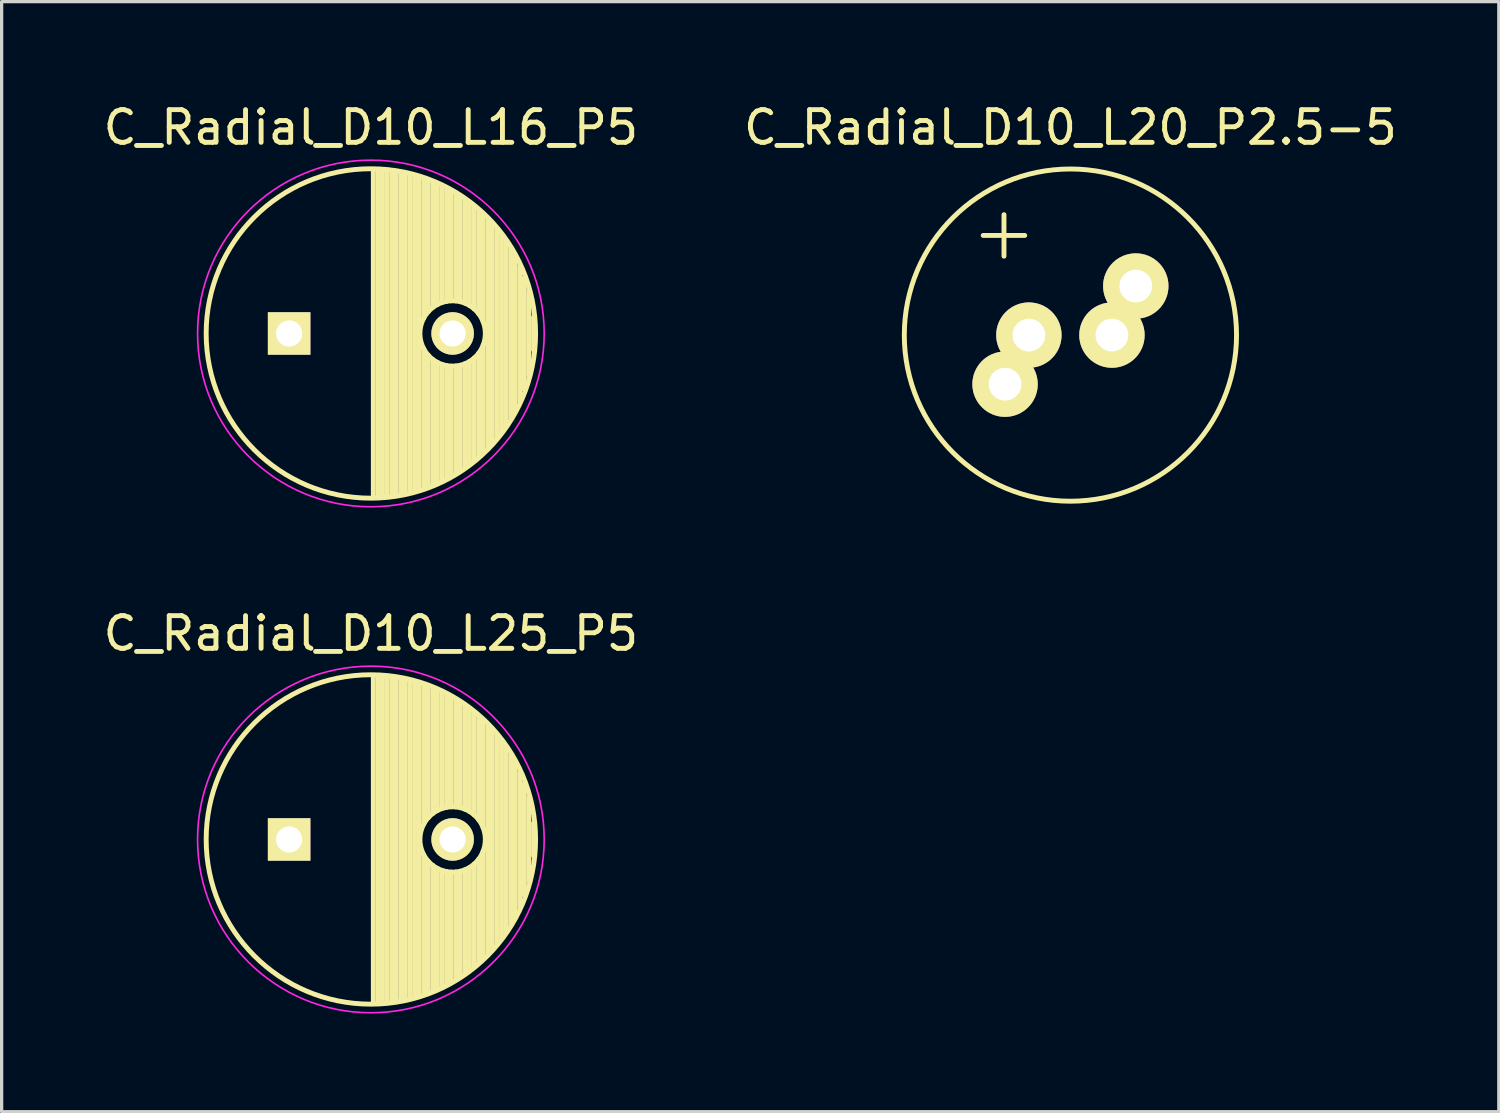
<source format=kicad_pcb>
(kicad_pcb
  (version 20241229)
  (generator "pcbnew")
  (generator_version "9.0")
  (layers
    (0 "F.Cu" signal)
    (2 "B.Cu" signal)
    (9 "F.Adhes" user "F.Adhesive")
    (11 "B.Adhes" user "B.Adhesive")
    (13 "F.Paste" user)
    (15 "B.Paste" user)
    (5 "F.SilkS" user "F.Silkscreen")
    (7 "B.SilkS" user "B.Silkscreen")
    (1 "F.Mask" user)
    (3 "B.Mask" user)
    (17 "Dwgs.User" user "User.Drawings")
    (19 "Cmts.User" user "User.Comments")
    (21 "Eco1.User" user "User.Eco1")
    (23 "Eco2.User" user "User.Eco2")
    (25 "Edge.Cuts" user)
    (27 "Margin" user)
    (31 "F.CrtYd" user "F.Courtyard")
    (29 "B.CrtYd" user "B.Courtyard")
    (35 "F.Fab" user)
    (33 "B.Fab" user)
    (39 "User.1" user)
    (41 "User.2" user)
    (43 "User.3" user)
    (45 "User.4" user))
  (footprint "C_Radial_D10_L25_P5"
    (layer "F.Cu")
    (at 5.792 22.622)
    (property "Reference" "C_Radial_D10_L25_P5" (at 2.5 -6.3 0) (layer "F.SilkS") (effects (font (size 1 1) (thickness 0.15))))
    (attr through_hole)
    (fp_line (start 2.575 -4.999) (end 2.575 4.999) (stroke (width 0.15) (type solid)) (layer "F.SilkS"))
    (fp_line (start 2.715 -4.995) (end 2.715 4.995) (stroke (width 0.15) (type solid)) (layer "F.SilkS"))
    (fp_line (start 2.855 -4.987) (end 2.855 4.987) (stroke (width 0.15) (type solid)) (layer "F.SilkS"))
    (fp_line (start 2.995 -4.975) (end 2.995 4.975) (stroke (width 0.15) (type solid)) (layer "F.SilkS"))
    (fp_line (start 3.135 -4.96) (end 3.135 4.96) (stroke (width 0.15) (type solid)) (layer "F.SilkS"))
    (fp_line (start 3.275 -4.94) (end 3.275 4.94) (stroke (width 0.15) (type solid)) (layer "F.SilkS"))
    (fp_line (start 3.415 -4.916) (end 3.415 4.916) (stroke (width 0.15) (type solid)) (layer "F.SilkS"))
    (fp_line (start 3.555 -4.887) (end 3.555 4.887) (stroke (width 0.15) (type solid)) (layer "F.SilkS"))
    (fp_line (start 3.695 -4.855) (end 3.695 4.855) (stroke (width 0.15) (type solid)) (layer "F.SilkS"))
    (fp_line (start 3.835 -4.818) (end 3.835 4.818) (stroke (width 0.15) (type solid)) (layer "F.SilkS"))
    (fp_line (start 3.975 -4.777) (end 3.975 4.777) (stroke (width 0.15) (type solid)) (layer "F.SilkS"))
    (fp_line (start 4.115 -4.732) (end 4.115 -0.466) (stroke (width 0.15) (type solid)) (layer "F.SilkS"))
    (fp_line (start 4.115 0.466) (end 4.115 4.732) (stroke (width 0.15) (type solid)) (layer "F.SilkS"))
    (fp_line (start 4.255 -4.682) (end 4.255 -0.667) (stroke (width 0.15) (type solid)) (layer "F.SilkS"))
    (fp_line (start 4.255 0.667) (end 4.255 4.682) (stroke (width 0.15) (type solid)) (layer "F.SilkS"))
    (fp_line (start 4.395 -4.627) (end 4.395 -0.796) (stroke (width 0.15) (type solid)) (layer "F.SilkS"))
    (fp_line (start 4.395 0.796) (end 4.395 4.627) (stroke (width 0.15) (type solid)) (layer "F.SilkS"))
    (fp_line (start 4.535 -4.567) (end 4.535 -0.885) (stroke (width 0.15) (type solid)) (layer "F.SilkS"))
    (fp_line (start 4.535 0.885) (end 4.535 4.567) (stroke (width 0.15) (type solid)) (layer "F.SilkS"))
    (fp_line (start 4.675 -4.502) (end 4.675 -0.946) (stroke (width 0.15) (type solid)) (layer "F.SilkS"))
    (fp_line (start 4.675 0.946) (end 4.675 4.502) (stroke (width 0.15) (type solid)) (layer "F.SilkS"))
    (fp_line (start 4.815 -4.432) (end 4.815 -0.983) (stroke (width 0.15) (type solid)) (layer "F.SilkS"))
    (fp_line (start 4.815 0.983) (end 4.815 4.432) (stroke (width 0.15) (type solid)) (layer "F.SilkS"))
    (fp_line (start 4.955 -4.356) (end 4.955 -0.999) (stroke (width 0.15) (type solid)) (layer "F.SilkS"))
    (fp_line (start 4.955 0.999) (end 4.955 4.356) (stroke (width 0.15) (type solid)) (layer "F.SilkS"))
    (fp_line (start 5.095 -4.274) (end 5.095 -0.995) (stroke (width 0.15) (type solid)) (layer "F.SilkS"))
    (fp_line (start 5.095 0.995) (end 5.095 4.274) (stroke (width 0.15) (type solid)) (layer "F.SilkS"))
    (fp_line (start 5.235 -4.186) (end 5.235 -0.972) (stroke (width 0.15) (type solid)) (layer "F.SilkS"))
    (fp_line (start 5.235 0.972) (end 5.235 4.186) (stroke (width 0.15) (type solid)) (layer "F.SilkS"))
    (fp_line (start 5.375 -4.091) (end 5.375 -0.927) (stroke (width 0.15) (type solid)) (layer "F.SilkS"))
    (fp_line (start 5.375 0.927) (end 5.375 4.091) (stroke (width 0.15) (type solid)) (layer "F.SilkS"))
    (fp_line (start 5.515 -3.989) (end 5.515 -0.857) (stroke (width 0.15) (type solid)) (layer "F.SilkS"))
    (fp_line (start 5.515 0.857) (end 5.515 3.989) (stroke (width 0.15) (type solid)) (layer "F.SilkS"))
    (fp_line (start 5.655 -3.879) (end 5.655 -0.756) (stroke (width 0.15) (type solid)) (layer "F.SilkS"))
    (fp_line (start 5.655 0.756) (end 5.655 3.879) (stroke (width 0.15) (type solid)) (layer "F.SilkS"))
    (fp_line (start 5.795 -3.761) (end 5.795 -0.607) (stroke (width 0.15) (type solid)) (layer "F.SilkS"))
    (fp_line (start 5.795 0.607) (end 5.795 3.761) (stroke (width 0.15) (type solid)) (layer "F.SilkS"))
    (fp_line (start 5.935 -3.633) (end 5.935 -0.355) (stroke (width 0.15) (type solid)) (layer "F.SilkS"))
    (fp_line (start 5.935 0.355) (end 5.935 3.633) (stroke (width 0.15) (type solid)) (layer "F.SilkS"))
    (fp_line (start 6.075 -3.496) (end 6.075 3.496) (stroke (width 0.15) (type solid)) (layer "F.SilkS"))
    (fp_line (start 6.215 -3.346) (end 6.215 3.346) (stroke (width 0.15) (type solid)) (layer "F.SilkS"))
    (fp_line (start 6.355 -3.184) (end 6.355 3.184) (stroke (width 0.15) (type solid)) (layer "F.SilkS"))
    (fp_line (start 6.495 -3.007) (end 6.495 3.007) (stroke (width 0.15) (type solid)) (layer "F.SilkS"))
    (fp_line (start 6.635 -2.811) (end 6.635 2.811) (stroke (width 0.15) (type solid)) (layer "F.SilkS"))
    (fp_line (start 6.775 -2.593) (end 6.775 2.593) (stroke (width 0.15) (type solid)) (layer "F.SilkS"))
    (fp_line (start 6.915 -2.347) (end 6.915 2.347) (stroke (width 0.15) (type solid)) (layer "F.SilkS"))
    (fp_line (start 7.055 -2.062) (end 7.055 2.062) (stroke (width 0.15) (type solid)) (layer "F.SilkS"))
    (fp_line (start 7.195 -1.72) (end 7.195 1.72) (stroke (width 0.15) (type solid)) (layer "F.SilkS"))
    (fp_line (start 7.335 -1.274) (end 7.335 1.274) (stroke (width 0.15) (type solid)) (layer "F.SilkS"))
    (fp_line (start 7.475 -0.499) (end 7.475 0.499) (stroke (width 0.15) (type solid)) (layer "F.SilkS"))
    (fp_circle (center 2.5 0) (end 2.5 -5.037) (stroke (width 0.15) (type solid)) (fill no) (layer "F.SilkS"))
    (fp_circle (center 5 0) (end 5 -1) (stroke (width 0.15) (type solid)) (fill no) (layer "F.SilkS"))
    (fp_circle (center 2.5 0) (end 2.5 -5.3) (stroke (width 0.05) (type solid)) (fill no) (layer "F.CrtYd"))
    (pad "1" thru_hole rect (at 0 0) (size 1.3 1.3) (drill 0.8) (layers "*.Cu" "*.Mask" "F.SilkS"))
    (pad "2" thru_hole circle (at 5 0) (size 1.3 1.3) (drill 0.8) (layers "*.Cu" "*.Mask" "F.SilkS")))
  (footprint "C_Radial_D10_L20_P2.5-5"
    (layer "F.Cu")
    (at 29.685 7.198)
    (property "Reference" "C_Radial_D10_L20_P2.5-5" (at 0 -6.35 0) (layer "F.SilkS") (effects (font (size 1 1) (thickness 0.15))))
    (attr through_hole)
    (fp_line (start -2.667 -3.048) (end -1.397 -3.048) (stroke (width 0.15) (type solid)) (layer "F.SilkS"))
    (fp_line (start -2.032 -3.683) (end -2.032 -2.413) (stroke (width 0.15) (type solid)) (layer "F.SilkS"))
    (fp_circle (center 0 0) (end 5.08 0) (stroke (width 0.15) (type solid)) (fill no) (layer "F.SilkS"))
    (pad "1" thru_hole circle (at -1.999 1.501) (size 1.999 1.999) (drill 1.001) (layers "*.Cu" "*.Mask" "F.SilkS"))
    (pad "1" thru_hole circle (at -1.27 0) (size 1.999 1.999) (drill 1.001) (layers "*.Cu" "*.Mask" "F.SilkS"))
    (pad "2" thru_hole circle (at 1.27 0) (size 1.999 1.999) (drill 1.001) (layers "*.Cu" "*.Mask" "F.SilkS"))
    (pad "2" thru_hole circle (at 1.999 -1.501) (size 1.999 1.999) (drill 1.001) (layers "*.Cu" "*.Mask" "F.SilkS")))
  (footprint "C_Radial_D10_L16_P5"
    (layer "F.Cu")
    (at 5.792 7.148)
    (property "Reference" "C_Radial_D10_L16_P5" (at 2.5 -6.3 0) (layer "F.SilkS") (effects (font (size 1 1) (thickness 0.15))))
    (attr through_hole)
    (fp_line (start 2.575 -4.999) (end 2.575 4.999) (stroke (width 0.15) (type solid)) (layer "F.SilkS"))
    (fp_line (start 2.715 -4.995) (end 2.715 4.995) (stroke (width 0.15) (type solid)) (layer "F.SilkS"))
    (fp_line (start 2.855 -4.987) (end 2.855 4.987) (stroke (width 0.15) (type solid)) (layer "F.SilkS"))
    (fp_line (start 2.995 -4.975) (end 2.995 4.975) (stroke (width 0.15) (type solid)) (layer "F.SilkS"))
    (fp_line (start 3.135 -4.96) (end 3.135 4.96) (stroke (width 0.15) (type solid)) (layer "F.SilkS"))
    (fp_line (start 3.275 -4.94) (end 3.275 4.94) (stroke (width 0.15) (type solid)) (layer "F.SilkS"))
    (fp_line (start 3.415 -4.916) (end 3.415 4.916) (stroke (width 0.15) (type solid)) (layer "F.SilkS"))
    (fp_line (start 3.555 -4.887) (end 3.555 4.887) (stroke (width 0.15) (type solid)) (layer "F.SilkS"))
    (fp_line (start 3.695 -4.855) (end 3.695 4.855) (stroke (width 0.15) (type solid)) (layer "F.SilkS"))
    (fp_line (start 3.835 -4.818) (end 3.835 4.818) (stroke (width 0.15) (type solid)) (layer "F.SilkS"))
    (fp_line (start 3.975 -4.777) (end 3.975 4.777) (stroke (width 0.15) (type solid)) (layer "F.SilkS"))
    (fp_line (start 4.115 -4.732) (end 4.115 -0.466) (stroke (width 0.15) (type solid)) (layer "F.SilkS"))
    (fp_line (start 4.115 0.466) (end 4.115 4.732) (stroke (width 0.15) (type solid)) (layer "F.SilkS"))
    (fp_line (start 4.255 -4.682) (end 4.255 -0.667) (stroke (width 0.15) (type solid)) (layer "F.SilkS"))
    (fp_line (start 4.255 0.667) (end 4.255 4.682) (stroke (width 0.15) (type solid)) (layer "F.SilkS"))
    (fp_line (start 4.395 -4.627) (end 4.395 -0.796) (stroke (width 0.15) (type solid)) (layer "F.SilkS"))
    (fp_line (start 4.395 0.796) (end 4.395 4.627) (stroke (width 0.15) (type solid)) (layer "F.SilkS"))
    (fp_line (start 4.535 -4.567) (end 4.535 -0.885) (stroke (width 0.15) (type solid)) (layer "F.SilkS"))
    (fp_line (start 4.535 0.885) (end 4.535 4.567) (stroke (width 0.15) (type solid)) (layer "F.SilkS"))
    (fp_line (start 4.675 -4.502) (end 4.675 -0.946) (stroke (width 0.15) (type solid)) (layer "F.SilkS"))
    (fp_line (start 4.675 0.946) (end 4.675 4.502) (stroke (width 0.15) (type solid)) (layer "F.SilkS"))
    (fp_line (start 4.815 -4.432) (end 4.815 -0.983) (stroke (width 0.15) (type solid)) (layer "F.SilkS"))
    (fp_line (start 4.815 0.983) (end 4.815 4.432) (stroke (width 0.15) (type solid)) (layer "F.SilkS"))
    (fp_line (start 4.955 -4.356) (end 4.955 -0.999) (stroke (width 0.15) (type solid)) (layer "F.SilkS"))
    (fp_line (start 4.955 0.999) (end 4.955 4.356) (stroke (width 0.15) (type solid)) (layer "F.SilkS"))
    (fp_line (start 5.095 -4.274) (end 5.095 -0.995) (stroke (width 0.15) (type solid)) (layer "F.SilkS"))
    (fp_line (start 5.095 0.995) (end 5.095 4.274) (stroke (width 0.15) (type solid)) (layer "F.SilkS"))
    (fp_line (start 5.235 -4.186) (end 5.235 -0.972) (stroke (width 0.15) (type solid)) (layer "F.SilkS"))
    (fp_line (start 5.235 0.972) (end 5.235 4.186) (stroke (width 0.15) (type solid)) (layer "F.SilkS"))
    (fp_line (start 5.375 -4.091) (end 5.375 -0.927) (stroke (width 0.15) (type solid)) (layer "F.SilkS"))
    (fp_line (start 5.375 0.927) (end 5.375 4.091) (stroke (width 0.15) (type solid)) (layer "F.SilkS"))
    (fp_line (start 5.515 -3.989) (end 5.515 -0.857) (stroke (width 0.15) (type solid)) (layer "F.SilkS"))
    (fp_line (start 5.515 0.857) (end 5.515 3.989) (stroke (width 0.15) (type solid)) (layer "F.SilkS"))
    (fp_line (start 5.655 -3.879) (end 5.655 -0.756) (stroke (width 0.15) (type solid)) (layer "F.SilkS"))
    (fp_line (start 5.655 0.756) (end 5.655 3.879) (stroke (width 0.15) (type solid)) (layer "F.SilkS"))
    (fp_line (start 5.795 -3.761) (end 5.795 -0.607) (stroke (width 0.15) (type solid)) (layer "F.SilkS"))
    (fp_line (start 5.795 0.607) (end 5.795 3.761) (stroke (width 0.15) (type solid)) (layer "F.SilkS"))
    (fp_line (start 5.935 -3.633) (end 5.935 -0.355) (stroke (width 0.15) (type solid)) (layer "F.SilkS"))
    (fp_line (start 5.935 0.355) (end 5.935 3.633) (stroke (width 0.15) (type solid)) (layer "F.SilkS"))
    (fp_line (start 6.075 -3.496) (end 6.075 3.496) (stroke (width 0.15) (type solid)) (layer "F.SilkS"))
    (fp_line (start 6.215 -3.346) (end 6.215 3.346) (stroke (width 0.15) (type solid)) (layer "F.SilkS"))
    (fp_line (start 6.355 -3.184) (end 6.355 3.184) (stroke (width 0.15) (type solid)) (layer "F.SilkS"))
    (fp_line (start 6.495 -3.007) (end 6.495 3.007) (stroke (width 0.15) (type solid)) (layer "F.SilkS"))
    (fp_line (start 6.635 -2.811) (end 6.635 2.811) (stroke (width 0.15) (type solid)) (layer "F.SilkS"))
    (fp_line (start 6.775 -2.593) (end 6.775 2.593) (stroke (width 0.15) (type solid)) (layer "F.SilkS"))
    (fp_line (start 6.915 -2.347) (end 6.915 2.347) (stroke (width 0.15) (type solid)) (layer "F.SilkS"))
    (fp_line (start 7.055 -2.062) (end 7.055 2.062) (stroke (width 0.15) (type solid)) (layer "F.SilkS"))
    (fp_line (start 7.195 -1.72) (end 7.195 1.72) (stroke (width 0.15) (type solid)) (layer "F.SilkS"))
    (fp_line (start 7.335 -1.274) (end 7.335 1.274) (stroke (width 0.15) (type solid)) (layer "F.SilkS"))
    (fp_line (start 7.475 -0.499) (end 7.475 0.499) (stroke (width 0.15) (type solid)) (layer "F.SilkS"))
    (fp_circle (center 2.5 0) (end 2.5 -5.037) (stroke (width 0.15) (type solid)) (fill no) (layer "F.SilkS"))
    (fp_circle (center 5 0) (end 5 -1) (stroke (width 0.15) (type solid)) (fill no) (layer "F.SilkS"))
    (fp_circle (center 2.5 0) (end 2.5 -5.3) (stroke (width 0.05) (type solid)) (fill no) (layer "F.CrtYd"))
    (pad "1" thru_hole rect (at 0 0) (size 1.3 1.3) (drill 0.8) (layers "*.Cu" "*.Mask" "F.SilkS"))
    (pad "2" thru_hole circle (at 5 0) (size 1.3 1.3) (drill 0.8) (layers "*.Cu" "*.Mask" "F.SilkS")))
  (gr_rect
    (start -3 -3)
    (end 42.786 30.947)
    (stroke (width 0.1) (type default))
    (fill no)
    (layer "Edge.Cuts")))
</source>
